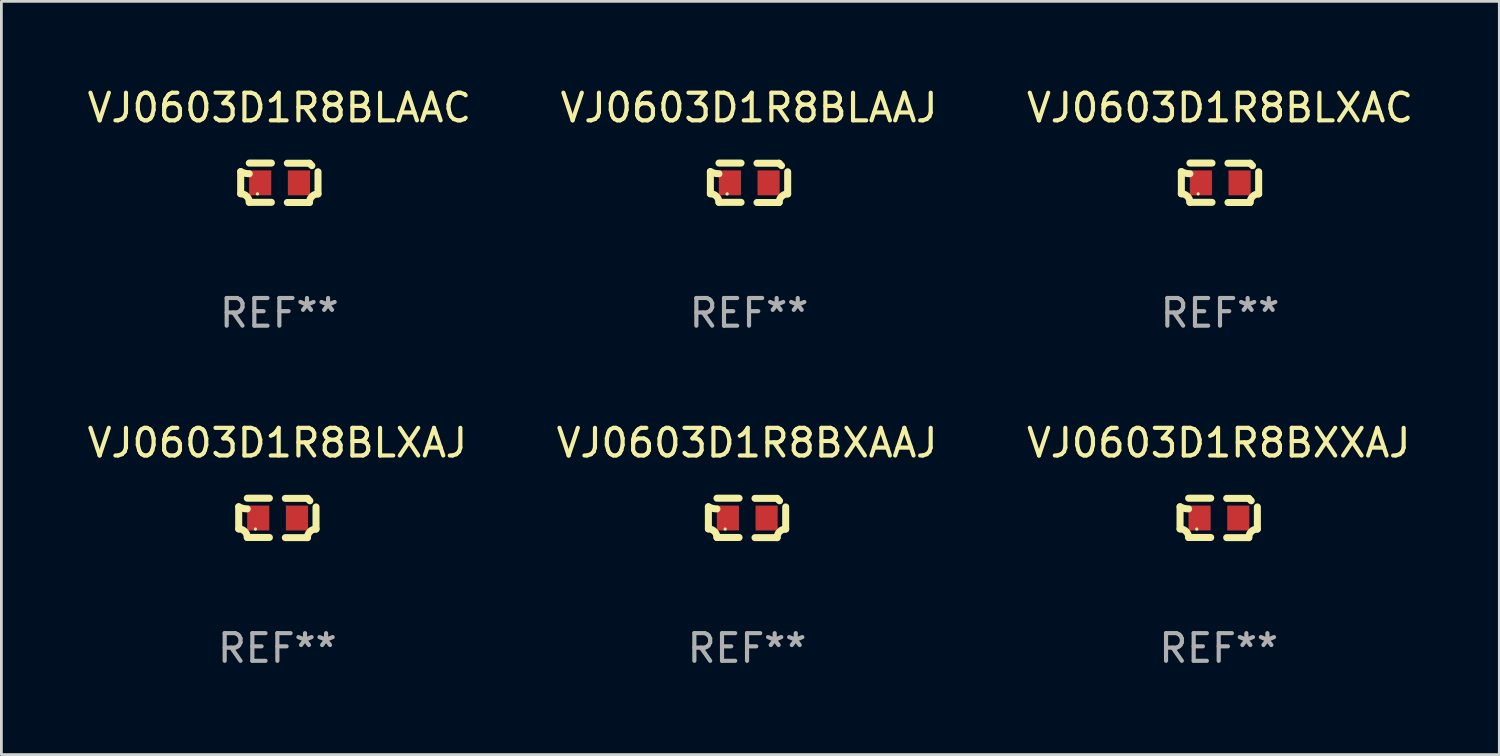
<source format=kicad_pcb>
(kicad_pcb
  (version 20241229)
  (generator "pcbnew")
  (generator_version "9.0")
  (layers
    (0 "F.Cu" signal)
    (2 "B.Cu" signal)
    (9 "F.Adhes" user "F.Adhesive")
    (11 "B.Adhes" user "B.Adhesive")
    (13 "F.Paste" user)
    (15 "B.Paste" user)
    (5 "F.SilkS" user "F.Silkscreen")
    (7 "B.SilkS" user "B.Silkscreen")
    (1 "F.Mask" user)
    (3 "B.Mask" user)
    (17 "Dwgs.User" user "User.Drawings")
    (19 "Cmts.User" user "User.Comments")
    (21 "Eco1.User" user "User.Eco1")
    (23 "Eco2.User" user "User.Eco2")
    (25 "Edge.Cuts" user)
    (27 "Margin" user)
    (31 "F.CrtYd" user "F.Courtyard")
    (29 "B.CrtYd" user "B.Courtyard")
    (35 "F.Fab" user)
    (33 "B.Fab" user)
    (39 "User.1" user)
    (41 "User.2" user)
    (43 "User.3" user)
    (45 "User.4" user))
  (footprint "VJ0603D1R8BLXAC"
    (layer "F.Cu")
    (at 41.077 3.561)
    (property "Reference" "VJ0603D1R8BLXAC" (at 0 -2.713 0) (layer "F.SilkS") (effects (font (size 1 1) (thickness 0.15))))
    (attr through_hole)
    (fp_line (start -1.398 -0.403) (end -1.398 0.397) (stroke (width 0.254) (type solid)) (layer "F.SilkS"))
    (fp_line (start -0.288 -0.713) (end -1.088 -0.713) (stroke (width 0.254) (type solid)) (layer "F.SilkS"))
    (fp_line (start -0.288 0.707) (end -1.088 0.707) (stroke (width 0.254) (type solid)) (layer "F.SilkS"))
    (fp_line (start 0.288 -0.707) (end 1.088 -0.707) (stroke (width 0.254) (type solid)) (layer "F.SilkS"))
    (fp_line (start 0.288 0.713) (end 1.088 0.713) (stroke (width 0.254) (type solid)) (layer "F.SilkS"))
    (fp_line (start 1.398 -0.397) (end 1.398 0.403) (stroke (width 0.254) (type solid)) (layer "F.SilkS"))
    (fp_arc (start -1.397789 0.397066) (mid -1.178701 0.487826) (end -1.08796 0.706922) (stroke (width 0.254001) (type solid)) (layer "F.SilkS"))
    (fp_arc (start -1.08796 -0.327176) (mid -1.247436 -0.346384) (end -1.39779 -0.402908) (stroke (width 0.254001) (type solid)) (layer "F.SilkS"))
    (fp_arc (start 1.087909 0.712738) (mid 1.178656 0.493655) (end 1.397739 0.402908) (stroke (width 0.254001) (type solid)) (layer "F.SilkS"))
    (fp_arc (start 1.175925 -0.618926) (mid 1.131917 -0.662923) (end 1.08791 -0.706922) (stroke (width 0.254001) (type solid)) (layer "F.SilkS"))
    (fp_circle (center -0.792 0.403) (end -0.762 0.403) (stroke (width 0.06) (type solid)) (fill no) (layer "F.SilkS"))
    (fp_text user "REF**" (at 0 4.713 0) (layer "F.Fab") (effects (font (size 1 1) (thickness 0.15))))
    (pad "1" smd rect (at -0.692 0.003) (size 0.8 0.9) (layers "F.Cu" "F.Mask" "F.Paste"))
    (pad "2" smd rect (at 0.708 0.003) (size 0.8 0.9) (layers "F.Cu" "F.Mask" "F.Paste")))
  (footprint "VJ0603D1R8BXAAJ"
    (layer "F.Cu")
    (at 23.97 15.683)
    (property "Reference" "VJ0603D1R8BXAAJ" (at 0 -2.713 0) (layer "F.SilkS") (effects (font (size 1 1) (thickness 0.15))))
    (attr through_hole)
    (fp_line (start -1.398 -0.403) (end -1.398 0.397) (stroke (width 0.254) (type solid)) (layer "F.SilkS"))
    (fp_line (start -0.288 -0.713) (end -1.088 -0.713) (stroke (width 0.254) (type solid)) (layer "F.SilkS"))
    (fp_line (start -0.288 0.707) (end -1.088 0.707) (stroke (width 0.254) (type solid)) (layer "F.SilkS"))
    (fp_line (start 0.288 -0.707) (end 1.088 -0.707) (stroke (width 0.254) (type solid)) (layer "F.SilkS"))
    (fp_line (start 0.288 0.713) (end 1.088 0.713) (stroke (width 0.254) (type solid)) (layer "F.SilkS"))
    (fp_line (start 1.398 -0.397) (end 1.398 0.403) (stroke (width 0.254) (type solid)) (layer "F.SilkS"))
    (fp_arc (start -1.397789 0.397066) (mid -1.178701 0.487826) (end -1.08796 0.706922) (stroke (width 0.254001) (type solid)) (layer "F.SilkS"))
    (fp_arc (start -1.08796 -0.327176) (mid -1.247436 -0.346384) (end -1.39779 -0.402908) (stroke (width 0.254001) (type solid)) (layer "F.SilkS"))
    (fp_arc (start 1.087909 0.712738) (mid 1.178656 0.493655) (end 1.397739 0.402908) (stroke (width 0.254001) (type solid)) (layer "F.SilkS"))
    (fp_arc (start 1.175925 -0.618926) (mid 1.131917 -0.662923) (end 1.08791 -0.706922) (stroke (width 0.254001) (type solid)) (layer "F.SilkS"))
    (fp_circle (center -0.792 0.403) (end -0.762 0.403) (stroke (width 0.06) (type solid)) (fill no) (layer "F.SilkS"))
    (fp_text user "REF**" (at 0 4.713 0) (layer "F.Fab") (effects (font (size 1 1) (thickness 0.15))))
    (pad "1" smd rect (at -0.692 0.003) (size 0.8 0.9) (layers "F.Cu" "F.Mask" "F.Paste"))
    (pad "2" smd rect (at 0.708 0.003) (size 0.8 0.9) (layers "F.Cu" "F.Mask" "F.Paste")))
  (footprint "VJ0603D1R8BXXAJ"
    (layer "F.Cu")
    (at 41.03 15.683)
    (property "Reference" "VJ0603D1R8BXXAJ" (at 0 -2.713 0) (layer "F.SilkS") (effects (font (size 1 1) (thickness 0.15))))
    (attr through_hole)
    (fp_line (start -1.398 -0.403) (end -1.398 0.397) (stroke (width 0.254) (type solid)) (layer "F.SilkS"))
    (fp_line (start -0.288 -0.713) (end -1.088 -0.713) (stroke (width 0.254) (type solid)) (layer "F.SilkS"))
    (fp_line (start -0.288 0.707) (end -1.088 0.707) (stroke (width 0.254) (type solid)) (layer "F.SilkS"))
    (fp_line (start 0.288 -0.707) (end 1.088 -0.707) (stroke (width 0.254) (type solid)) (layer "F.SilkS"))
    (fp_line (start 0.288 0.713) (end 1.088 0.713) (stroke (width 0.254) (type solid)) (layer "F.SilkS"))
    (fp_line (start 1.398 -0.397) (end 1.398 0.403) (stroke (width 0.254) (type solid)) (layer "F.SilkS"))
    (fp_arc (start -1.397789 0.397066) (mid -1.178701 0.487826) (end -1.08796 0.706922) (stroke (width 0.254001) (type solid)) (layer "F.SilkS"))
    (fp_arc (start -1.08796 -0.327176) (mid -1.247436 -0.346384) (end -1.39779 -0.402908) (stroke (width 0.254001) (type solid)) (layer "F.SilkS"))
    (fp_arc (start 1.087909 0.712738) (mid 1.178656 0.493655) (end 1.397739 0.402908) (stroke (width 0.254001) (type solid)) (layer "F.SilkS"))
    (fp_arc (start 1.175925 -0.618926) (mid 1.131917 -0.662923) (end 1.08791 -0.706922) (stroke (width 0.254001) (type solid)) (layer "F.SilkS"))
    (fp_circle (center -0.792 0.403) (end -0.762 0.403) (stroke (width 0.06) (type solid)) (fill no) (layer "F.SilkS"))
    (fp_text user "REF**" (at 0 4.713 0) (layer "F.Fab") (effects (font (size 1 1) (thickness 0.15))))
    (pad "1" smd rect (at -0.692 0.003) (size 0.8 0.9) (layers "F.Cu" "F.Mask" "F.Paste"))
    (pad "2" smd rect (at 0.708 0.003) (size 0.8 0.9) (layers "F.Cu" "F.Mask" "F.Paste")))
  (footprint "VJ0603D1R8BLAAJ"
    (layer "F.Cu")
    (at 24.042 3.561)
    (property "Reference" "VJ0603D1R8BLAAJ" (at 0 -2.713 0) (layer "F.SilkS") (effects (font (size 1 1) (thickness 0.15))))
    (attr through_hole)
    (fp_line (start -1.398 -0.403) (end -1.398 0.397) (stroke (width 0.254) (type solid)) (layer "F.SilkS"))
    (fp_line (start -0.288 -0.713) (end -1.088 -0.713) (stroke (width 0.254) (type solid)) (layer "F.SilkS"))
    (fp_line (start -0.288 0.707) (end -1.088 0.707) (stroke (width 0.254) (type solid)) (layer "F.SilkS"))
    (fp_line (start 0.288 -0.707) (end 1.088 -0.707) (stroke (width 0.254) (type solid)) (layer "F.SilkS"))
    (fp_line (start 0.288 0.713) (end 1.088 0.713) (stroke (width 0.254) (type solid)) (layer "F.SilkS"))
    (fp_line (start 1.398 -0.397) (end 1.398 0.403) (stroke (width 0.254) (type solid)) (layer "F.SilkS"))
    (fp_arc (start -1.397789 0.397066) (mid -1.178701 0.487826) (end -1.08796 0.706922) (stroke (width 0.254001) (type solid)) (layer "F.SilkS"))
    (fp_arc (start -1.08796 -0.327176) (mid -1.247436 -0.346384) (end -1.39779 -0.402908) (stroke (width 0.254001) (type solid)) (layer "F.SilkS"))
    (fp_arc (start 1.087909 0.712738) (mid 1.178656 0.493655) (end 1.397739 0.402908) (stroke (width 0.254001) (type solid)) (layer "F.SilkS"))
    (fp_arc (start 1.175925 -0.618926) (mid 1.131917 -0.662923) (end 1.08791 -0.706922) (stroke (width 0.254001) (type solid)) (layer "F.SilkS"))
    (fp_circle (center -0.792 0.403) (end -0.762 0.403) (stroke (width 0.06) (type solid)) (fill no) (layer "F.SilkS"))
    (fp_text user "REF**" (at 0 4.713 0) (layer "F.Fab") (effects (font (size 1 1) (thickness 0.15))))
    (pad "1" smd rect (at -0.692 0.003) (size 0.8 0.9) (layers "F.Cu" "F.Mask" "F.Paste"))
    (pad "2" smd rect (at 0.708 0.003) (size 0.8 0.9) (layers "F.Cu" "F.Mask" "F.Paste")))
  (footprint "VJ0603D1R8BLXAJ"
    (layer "F.Cu")
    (at 6.982 15.683)
    (property "Reference" "VJ0603D1R8BLXAJ" (at 0 -2.713 0) (layer "F.SilkS") (effects (font (size 1 1) (thickness 0.15))))
    (attr through_hole)
    (fp_line (start -1.398 -0.403) (end -1.398 0.397) (stroke (width 0.254) (type solid)) (layer "F.SilkS"))
    (fp_line (start -0.288 -0.713) (end -1.088 -0.713) (stroke (width 0.254) (type solid)) (layer "F.SilkS"))
    (fp_line (start -0.288 0.707) (end -1.088 0.707) (stroke (width 0.254) (type solid)) (layer "F.SilkS"))
    (fp_line (start 0.288 -0.707) (end 1.088 -0.707) (stroke (width 0.254) (type solid)) (layer "F.SilkS"))
    (fp_line (start 0.288 0.713) (end 1.088 0.713) (stroke (width 0.254) (type solid)) (layer "F.SilkS"))
    (fp_line (start 1.398 -0.397) (end 1.398 0.403) (stroke (width 0.254) (type solid)) (layer "F.SilkS"))
    (fp_arc (start -1.397789 0.397066) (mid -1.178701 0.487826) (end -1.08796 0.706922) (stroke (width 0.254001) (type solid)) (layer "F.SilkS"))
    (fp_arc (start -1.08796 -0.327176) (mid -1.247436 -0.346384) (end -1.39779 -0.402908) (stroke (width 0.254001) (type solid)) (layer "F.SilkS"))
    (fp_arc (start 1.087909 0.712738) (mid 1.178656 0.493655) (end 1.397739 0.402908) (stroke (width 0.254001) (type solid)) (layer "F.SilkS"))
    (fp_arc (start 1.175925 -0.618926) (mid 1.131917 -0.662923) (end 1.08791 -0.706922) (stroke (width 0.254001) (type solid)) (layer "F.SilkS"))
    (fp_circle (center -0.792 0.403) (end -0.762 0.403) (stroke (width 0.06) (type solid)) (fill no) (layer "F.SilkS"))
    (fp_text user "REF**" (at 0 4.713 0) (layer "F.Fab") (effects (font (size 1 1) (thickness 0.15))))
    (pad "1" smd rect (at -0.692 0.003) (size 0.8 0.9) (layers "F.Cu" "F.Mask" "F.Paste"))
    (pad "2" smd rect (at 0.708 0.003) (size 0.8 0.9) (layers "F.Cu" "F.Mask" "F.Paste")))
  (footprint "VJ0603D1R8BLAAC"
    (layer "F.Cu")
    (at 7.054 3.561)
    (property "Reference" "VJ0603D1R8BLAAC" (at 0 -2.713 0) (layer "F.SilkS") (effects (font (size 1 1) (thickness 0.15))))
    (attr through_hole)
    (fp_line (start -1.398 -0.403) (end -1.398 0.397) (stroke (width 0.254) (type solid)) (layer "F.SilkS"))
    (fp_line (start -0.288 -0.713) (end -1.088 -0.713) (stroke (width 0.254) (type solid)) (layer "F.SilkS"))
    (fp_line (start -0.288 0.707) (end -1.088 0.707) (stroke (width 0.254) (type solid)) (layer "F.SilkS"))
    (fp_line (start 0.288 -0.707) (end 1.088 -0.707) (stroke (width 0.254) (type solid)) (layer "F.SilkS"))
    (fp_line (start 0.288 0.713) (end 1.088 0.713) (stroke (width 0.254) (type solid)) (layer "F.SilkS"))
    (fp_line (start 1.398 -0.397) (end 1.398 0.403) (stroke (width 0.254) (type solid)) (layer "F.SilkS"))
    (fp_arc (start -1.397789 0.397066) (mid -1.178701 0.487826) (end -1.08796 0.706922) (stroke (width 0.254001) (type solid)) (layer "F.SilkS"))
    (fp_arc (start -1.08796 -0.327176) (mid -1.247436 -0.346384) (end -1.39779 -0.402908) (stroke (width 0.254001) (type solid)) (layer "F.SilkS"))
    (fp_arc (start 1.087909 0.712738) (mid 1.178656 0.493655) (end 1.397739 0.402908) (stroke (width 0.254001) (type solid)) (layer "F.SilkS"))
    (fp_arc (start 1.175925 -0.618926) (mid 1.131917 -0.662923) (end 1.08791 -0.706922) (stroke (width 0.254001) (type solid)) (layer "F.SilkS"))
    (fp_circle (center -0.792 0.403) (end -0.762 0.403) (stroke (width 0.06) (type solid)) (fill no) (layer "F.SilkS"))
    (fp_text user "REF**" (at 0 4.713 0) (layer "F.Fab") (effects (font (size 1 1) (thickness 0.15))))
    (pad "1" smd rect (at -0.692 0.003) (size 0.8 0.9) (layers "F.Cu" "F.Mask" "F.Paste"))
    (pad "2" smd rect (at 0.708 0.003) (size 0.8 0.9) (layers "F.Cu" "F.Mask" "F.Paste")))
  (gr_rect
    (start -3 -3)
    (end 51.179 24.244)
    (stroke (width 0.1) (type default))
    (fill no)
    (layer "Edge.Cuts")))
</source>
